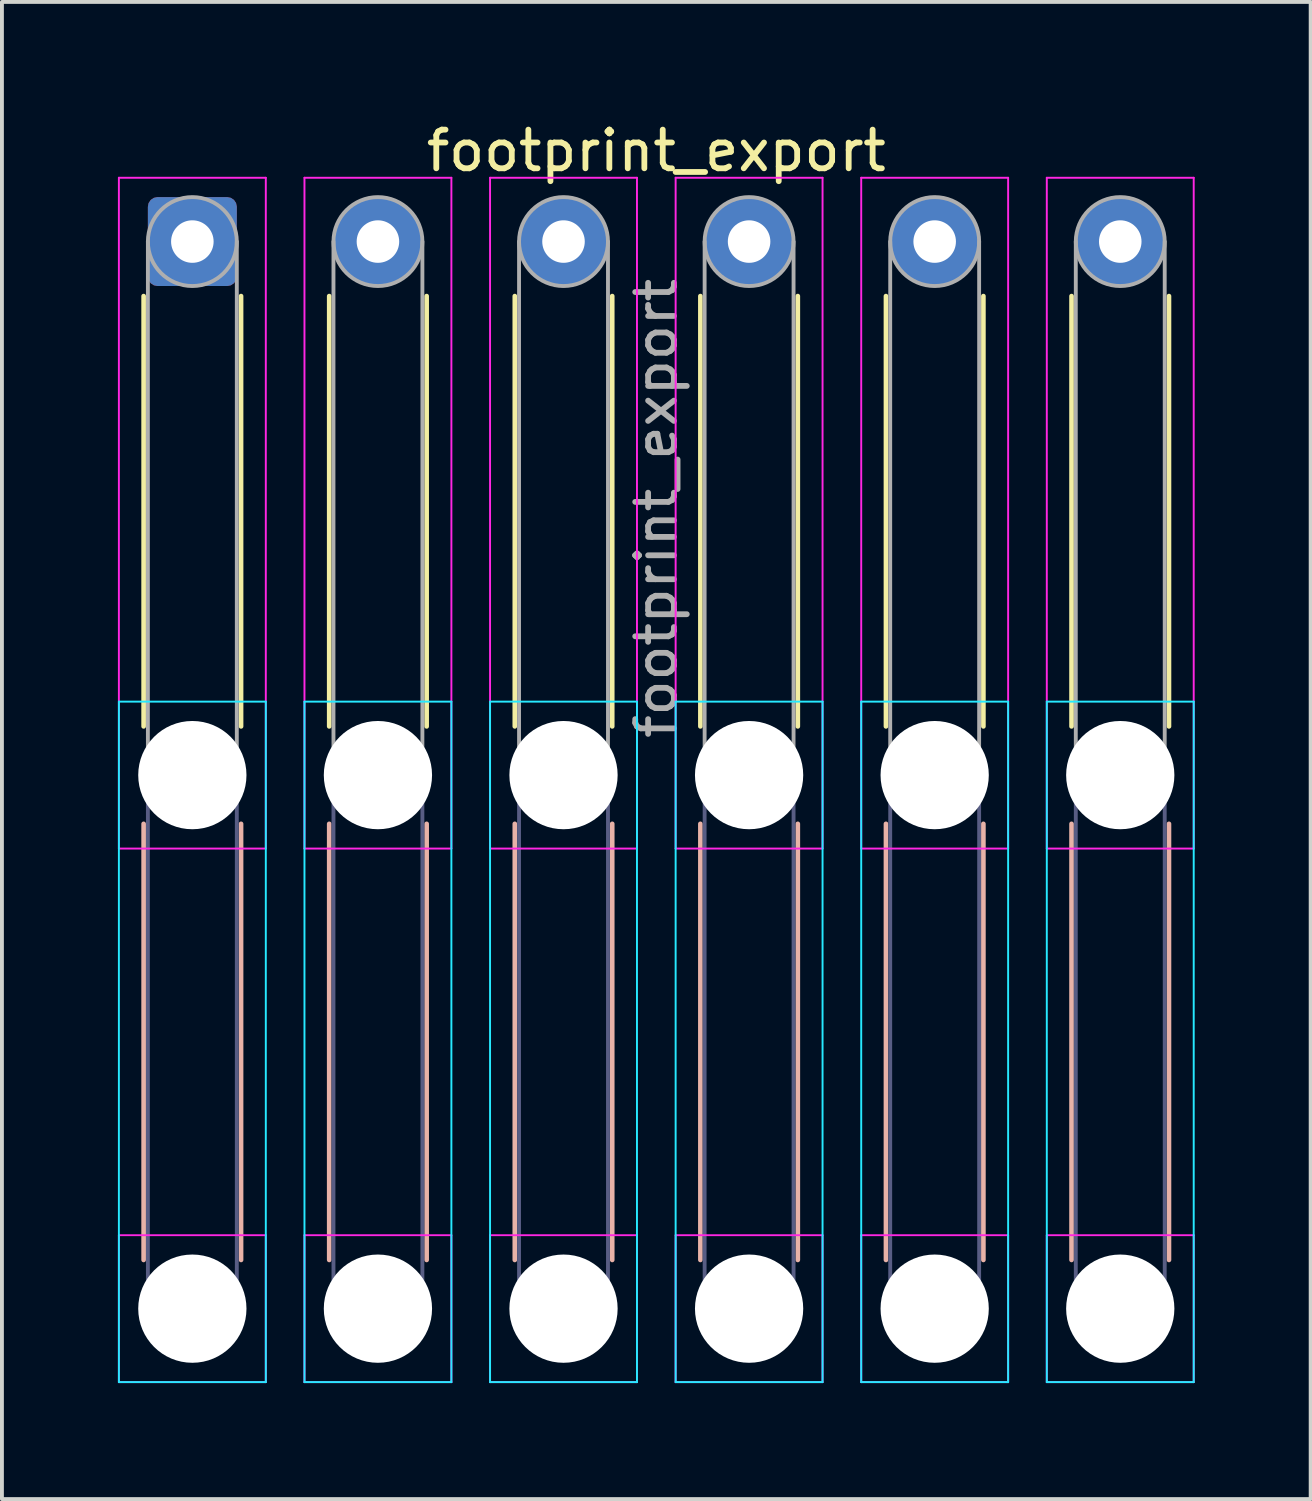
<source format=kicad_pcb>
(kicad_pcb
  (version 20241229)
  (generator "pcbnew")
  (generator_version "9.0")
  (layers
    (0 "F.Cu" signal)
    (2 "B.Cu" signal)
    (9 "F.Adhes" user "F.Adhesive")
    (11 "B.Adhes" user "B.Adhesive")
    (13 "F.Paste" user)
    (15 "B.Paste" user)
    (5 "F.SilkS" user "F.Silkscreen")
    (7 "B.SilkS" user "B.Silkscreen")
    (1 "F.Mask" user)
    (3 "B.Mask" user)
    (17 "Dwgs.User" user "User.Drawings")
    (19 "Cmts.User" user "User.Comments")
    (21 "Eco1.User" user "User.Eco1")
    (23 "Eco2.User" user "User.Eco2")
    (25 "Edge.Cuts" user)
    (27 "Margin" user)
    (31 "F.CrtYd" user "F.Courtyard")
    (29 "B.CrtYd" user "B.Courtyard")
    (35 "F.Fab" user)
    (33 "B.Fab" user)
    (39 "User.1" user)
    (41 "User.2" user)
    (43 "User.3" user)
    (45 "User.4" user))
  (footprint "footprint_export"
    (layer "F.Cu")
    (at 1.925 3.198)
    (property "Reference" "footprint_export" (at 12 -2.35 0) (layer "F.SilkS") (effects (font (size 1 1) (thickness 0.15))))
    (attr exclude_from_pos_files exclude_from_bom)
    (fp_line (start -1.26 1.41) (end -1.26 12.54) (stroke (width 0.12) (type solid)) (layer "F.SilkS"))
    (fp_line (start 1.26 1.41) (end 1.26 12.54) (stroke (width 0.12) (type solid)) (layer "F.SilkS"))
    (fp_line (start 3.54 1.41) (end 3.54 12.54) (stroke (width 0.12) (type solid)) (layer "F.SilkS"))
    (fp_line (start 6.06 1.41) (end 6.06 12.54) (stroke (width 0.12) (type solid)) (layer "F.SilkS"))
    (fp_line (start 8.34 1.41) (end 8.34 12.54) (stroke (width 0.12) (type solid)) (layer "F.SilkS"))
    (fp_line (start 10.86 1.41) (end 10.86 12.54) (stroke (width 0.12) (type solid)) (layer "F.SilkS"))
    (fp_line (start 13.14 1.41) (end 13.14 12.54) (stroke (width 0.12) (type solid)) (layer "F.SilkS"))
    (fp_line (start 15.66 1.41) (end 15.66 12.54) (stroke (width 0.12) (type solid)) (layer "F.SilkS"))
    (fp_line (start 17.94 1.41) (end 17.94 12.54) (stroke (width 0.12) (type solid)) (layer "F.SilkS"))
    (fp_line (start 20.46 1.41) (end 20.46 12.54) (stroke (width 0.12) (type solid)) (layer "F.SilkS"))
    (fp_line (start 22.74 1.41) (end 22.74 12.54) (stroke (width 0.12) (type solid)) (layer "F.SilkS"))
    (fp_line (start 25.26 1.41) (end 25.26 12.54) (stroke (width 0.12) (type solid)) (layer "F.SilkS"))
    (fp_line (start -1.26 15.06) (end -1.26 26.34) (stroke (width 0.12) (type solid)) (layer "B.SilkS"))
    (fp_line (start 1.26 15.06) (end 1.26 26.34) (stroke (width 0.12) (type solid)) (layer "B.SilkS"))
    (fp_line (start 3.54 15.06) (end 3.54 26.34) (stroke (width 0.12) (type solid)) (layer "B.SilkS"))
    (fp_line (start 6.06 15.06) (end 6.06 26.34) (stroke (width 0.12) (type solid)) (layer "B.SilkS"))
    (fp_line (start 8.34 15.06) (end 8.34 26.34) (stroke (width 0.12) (type solid)) (layer "B.SilkS"))
    (fp_line (start 10.86 15.06) (end 10.86 26.34) (stroke (width 0.12) (type solid)) (layer "B.SilkS"))
    (fp_line (start 13.14 15.06) (end 13.14 26.34) (stroke (width 0.12) (type solid)) (layer "B.SilkS"))
    (fp_line (start 15.66 15.06) (end 15.66 26.34) (stroke (width 0.12) (type solid)) (layer "B.SilkS"))
    (fp_line (start 17.94 15.06) (end 17.94 26.34) (stroke (width 0.12) (type solid)) (layer "B.SilkS"))
    (fp_line (start 20.46 15.06) (end 20.46 26.34) (stroke (width 0.12) (type solid)) (layer "B.SilkS"))
    (fp_line (start 22.74 15.06) (end 22.74 26.34) (stroke (width 0.12) (type solid)) (layer "B.SilkS"))
    (fp_line (start 25.26 15.06) (end 25.26 26.34) (stroke (width 0.12) (type solid)) (layer "B.SilkS"))
    (fp_line (start -1.9 11.9) (end -1.9 29.5) (stroke (width 0.05) (type solid)) (layer "B.CrtYd"))
    (fp_line (start -1.9 29.5) (end 1.9 29.5) (stroke (width 0.05) (type solid)) (layer "B.CrtYd"))
    (fp_line (start 1.9 11.9) (end -1.9 11.9) (stroke (width 0.05) (type solid)) (layer "B.CrtYd"))
    (fp_line (start 1.9 29.5) (end 1.9 11.9) (stroke (width 0.05) (type solid)) (layer "B.CrtYd"))
    (fp_line (start 2.9 11.9) (end 2.9 29.5) (stroke (width 0.05) (type solid)) (layer "B.CrtYd"))
    (fp_line (start 2.9 29.5) (end 6.7 29.5) (stroke (width 0.05) (type solid)) (layer "B.CrtYd"))
    (fp_line (start 6.7 11.9) (end 2.9 11.9) (stroke (width 0.05) (type solid)) (layer "B.CrtYd"))
    (fp_line (start 6.7 29.5) (end 6.7 11.9) (stroke (width 0.05) (type solid)) (layer "B.CrtYd"))
    (fp_line (start 7.7 11.9) (end 7.7 29.5) (stroke (width 0.05) (type solid)) (layer "B.CrtYd"))
    (fp_line (start 7.7 29.5) (end 11.5 29.5) (stroke (width 0.05) (type solid)) (layer "B.CrtYd"))
    (fp_line (start 11.5 11.9) (end 7.7 11.9) (stroke (width 0.05) (type solid)) (layer "B.CrtYd"))
    (fp_line (start 11.5 29.5) (end 11.5 11.9) (stroke (width 0.05) (type solid)) (layer "B.CrtYd"))
    (fp_line (start 12.5 11.9) (end 12.5 29.5) (stroke (width 0.05) (type solid)) (layer "B.CrtYd"))
    (fp_line (start 12.5 29.5) (end 16.3 29.5) (stroke (width 0.05) (type solid)) (layer "B.CrtYd"))
    (fp_line (start 16.3 11.9) (end 12.5 11.9) (stroke (width 0.05) (type solid)) (layer "B.CrtYd"))
    (fp_line (start 16.3 29.5) (end 16.3 11.9) (stroke (width 0.05) (type solid)) (layer "B.CrtYd"))
    (fp_line (start 17.3 11.9) (end 17.3 29.5) (stroke (width 0.05) (type solid)) (layer "B.CrtYd"))
    (fp_line (start 17.3 29.5) (end 21.1 29.5) (stroke (width 0.05) (type solid)) (layer "B.CrtYd"))
    (fp_line (start 21.1 11.9) (end 17.3 11.9) (stroke (width 0.05) (type solid)) (layer "B.CrtYd"))
    (fp_line (start 21.1 29.5) (end 21.1 11.9) (stroke (width 0.05) (type solid)) (layer "B.CrtYd"))
    (fp_line (start 22.1 11.9) (end 22.1 29.5) (stroke (width 0.05) (type solid)) (layer "B.CrtYd"))
    (fp_line (start 22.1 29.5) (end 25.9 29.5) (stroke (width 0.05) (type solid)) (layer "B.CrtYd"))
    (fp_line (start 25.9 11.9) (end 22.1 11.9) (stroke (width 0.05) (type solid)) (layer "B.CrtYd"))
    (fp_line (start 25.9 29.5) (end 25.9 11.9) (stroke (width 0.05) (type solid)) (layer "B.CrtYd"))
    (fp_line (start -1.9 -1.65) (end -1.9 15.7) (stroke (width 0.05) (type solid)) (layer "F.CrtYd"))
    (fp_line (start -1.9 15.7) (end 1.9 15.7) (stroke (width 0.05) (type solid)) (layer "F.CrtYd"))
    (fp_line (start -1.9 25.7) (end -1.9 29.5) (stroke (width 0.05) (type solid)) (layer "F.CrtYd"))
    (fp_line (start -1.9 29.5) (end 1.9 29.5) (stroke (width 0.05) (type solid)) (layer "F.CrtYd"))
    (fp_line (start 1.9 -1.65) (end -1.9 -1.65) (stroke (width 0.05) (type solid)) (layer "F.CrtYd"))
    (fp_line (start 1.9 15.7) (end 1.9 -1.65) (stroke (width 0.05) (type solid)) (layer "F.CrtYd"))
    (fp_line (start 1.9 25.7) (end -1.9 25.7) (stroke (width 0.05) (type solid)) (layer "F.CrtYd"))
    (fp_line (start 1.9 29.5) (end 1.9 25.7) (stroke (width 0.05) (type solid)) (layer "F.CrtYd"))
    (fp_line (start 2.9 -1.65) (end 2.9 15.7) (stroke (width 0.05) (type solid)) (layer "F.CrtYd"))
    (fp_line (start 2.9 15.7) (end 6.7 15.7) (stroke (width 0.05) (type solid)) (layer "F.CrtYd"))
    (fp_line (start 2.9 25.7) (end 2.9 29.5) (stroke (width 0.05) (type solid)) (layer "F.CrtYd"))
    (fp_line (start 2.9 29.5) (end 6.7 29.5) (stroke (width 0.05) (type solid)) (layer "F.CrtYd"))
    (fp_line (start 6.7 -1.65) (end 2.9 -1.65) (stroke (width 0.05) (type solid)) (layer "F.CrtYd"))
    (fp_line (start 6.7 15.7) (end 6.7 -1.65) (stroke (width 0.05) (type solid)) (layer "F.CrtYd"))
    (fp_line (start 6.7 25.7) (end 2.9 25.7) (stroke (width 0.05) (type solid)) (layer "F.CrtYd"))
    (fp_line (start 6.7 29.5) (end 6.7 25.7) (stroke (width 0.05) (type solid)) (layer "F.CrtYd"))
    (fp_line (start 7.7 -1.65) (end 7.7 15.7) (stroke (width 0.05) (type solid)) (layer "F.CrtYd"))
    (fp_line (start 7.7 15.7) (end 11.5 15.7) (stroke (width 0.05) (type solid)) (layer "F.CrtYd"))
    (fp_line (start 7.7 25.7) (end 7.7 29.5) (stroke (width 0.05) (type solid)) (layer "F.CrtYd"))
    (fp_line (start 7.7 29.5) (end 11.5 29.5) (stroke (width 0.05) (type solid)) (layer "F.CrtYd"))
    (fp_line (start 11.5 -1.65) (end 7.7 -1.65) (stroke (width 0.05) (type solid)) (layer "F.CrtYd"))
    (fp_line (start 11.5 15.7) (end 11.5 -1.65) (stroke (width 0.05) (type solid)) (layer "F.CrtYd"))
    (fp_line (start 11.5 25.7) (end 7.7 25.7) (stroke (width 0.05) (type solid)) (layer "F.CrtYd"))
    (fp_line (start 11.5 29.5) (end 11.5 25.7) (stroke (width 0.05) (type solid)) (layer "F.CrtYd"))
    (fp_line (start 12.5 -1.65) (end 12.5 15.7) (stroke (width 0.05) (type solid)) (layer "F.CrtYd"))
    (fp_line (start 12.5 15.7) (end 16.3 15.7) (stroke (width 0.05) (type solid)) (layer "F.CrtYd"))
    (fp_line (start 12.5 25.7) (end 12.5 29.5) (stroke (width 0.05) (type solid)) (layer "F.CrtYd"))
    (fp_line (start 12.5 29.5) (end 16.3 29.5) (stroke (width 0.05) (type solid)) (layer "F.CrtYd"))
    (fp_line (start 16.3 -1.65) (end 12.5 -1.65) (stroke (width 0.05) (type solid)) (layer "F.CrtYd"))
    (fp_line (start 16.3 15.7) (end 16.3 -1.65) (stroke (width 0.05) (type solid)) (layer "F.CrtYd"))
    (fp_line (start 16.3 25.7) (end 12.5 25.7) (stroke (width 0.05) (type solid)) (layer "F.CrtYd"))
    (fp_line (start 16.3 29.5) (end 16.3 25.7) (stroke (width 0.05) (type solid)) (layer "F.CrtYd"))
    (fp_line (start 17.3 -1.65) (end 17.3 15.7) (stroke (width 0.05) (type solid)) (layer "F.CrtYd"))
    (fp_line (start 17.3 15.7) (end 21.1 15.7) (stroke (width 0.05) (type solid)) (layer "F.CrtYd"))
    (fp_line (start 17.3 25.7) (end 17.3 29.5) (stroke (width 0.05) (type solid)) (layer "F.CrtYd"))
    (fp_line (start 17.3 29.5) (end 21.1 29.5) (stroke (width 0.05) (type solid)) (layer "F.CrtYd"))
    (fp_line (start 21.1 -1.65) (end 17.3 -1.65) (stroke (width 0.05) (type solid)) (layer "F.CrtYd"))
    (fp_line (start 21.1 15.7) (end 21.1 -1.65) (stroke (width 0.05) (type solid)) (layer "F.CrtYd"))
    (fp_line (start 21.1 25.7) (end 17.3 25.7) (stroke (width 0.05) (type solid)) (layer "F.CrtYd"))
    (fp_line (start 21.1 29.5) (end 21.1 25.7) (stroke (width 0.05) (type solid)) (layer "F.CrtYd"))
    (fp_line (start 22.1 -1.65) (end 22.1 15.7) (stroke (width 0.05) (type solid)) (layer "F.CrtYd"))
    (fp_line (start 22.1 15.7) (end 25.9 15.7) (stroke (width 0.05) (type solid)) (layer "F.CrtYd"))
    (fp_line (start 22.1 25.7) (end 22.1 29.5) (stroke (width 0.05) (type solid)) (layer "F.CrtYd"))
    (fp_line (start 22.1 29.5) (end 25.9 29.5) (stroke (width 0.05) (type solid)) (layer "F.CrtYd"))
    (fp_line (start 25.9 -1.65) (end 22.1 -1.65) (stroke (width 0.05) (type solid)) (layer "F.CrtYd"))
    (fp_line (start 25.9 15.7) (end 25.9 -1.65) (stroke (width 0.05) (type solid)) (layer "F.CrtYd"))
    (fp_line (start 25.9 25.7) (end 22.1 25.7) (stroke (width 0.05) (type solid)) (layer "F.CrtYd"))
    (fp_line (start 25.9 29.5) (end 25.9 25.7) (stroke (width 0.05) (type solid)) (layer "F.CrtYd"))
    (fp_line (start -1.15 13.8) (end -1.15 27.6) (stroke (width 0.1) (type solid)) (layer "B.Fab"))
    (fp_line (start 1.15 13.8) (end 1.15 27.6) (stroke (width 0.1) (type solid)) (layer "B.Fab"))
    (fp_line (start 3.65 13.8) (end 3.65 27.6) (stroke (width 0.1) (type solid)) (layer "B.Fab"))
    (fp_line (start 5.95 13.8) (end 5.95 27.6) (stroke (width 0.1) (type solid)) (layer "B.Fab"))
    (fp_line (start 8.45 13.8) (end 8.45 27.6) (stroke (width 0.1) (type solid)) (layer "B.Fab"))
    (fp_line (start 10.75 13.8) (end 10.75 27.6) (stroke (width 0.1) (type solid)) (layer "B.Fab"))
    (fp_line (start 13.25 13.8) (end 13.25 27.6) (stroke (width 0.1) (type solid)) (layer "B.Fab"))
    (fp_line (start 15.55 13.8) (end 15.55 27.6) (stroke (width 0.1) (type solid)) (layer "B.Fab"))
    (fp_line (start 18.05 13.8) (end 18.05 27.6) (stroke (width 0.1) (type solid)) (layer "B.Fab"))
    (fp_line (start 20.35 13.8) (end 20.35 27.6) (stroke (width 0.1) (type solid)) (layer "B.Fab"))
    (fp_line (start 22.85 13.8) (end 22.85 27.6) (stroke (width 0.1) (type solid)) (layer "B.Fab"))
    (fp_line (start 25.15 13.8) (end 25.15 27.6) (stroke (width 0.1) (type solid)) (layer "B.Fab"))
    (fp_circle (center 0 13.8) (end 1.15 13.8) (stroke (width 0.1) (type solid)) (fill no) (layer "B.Fab"))
    (fp_circle (center 0 27.6) (end 1.15 27.6) (stroke (width 0.1) (type solid)) (fill no) (layer "B.Fab"))
    (fp_circle (center 4.8 13.8) (end 5.95 13.8) (stroke (width 0.1) (type solid)) (fill no) (layer "B.Fab"))
    (fp_circle (center 4.8 27.6) (end 5.95 27.6) (stroke (width 0.1) (type solid)) (fill no) (layer "B.Fab"))
    (fp_circle (center 9.6 13.8) (end 10.75 13.8) (stroke (width 0.1) (type solid)) (fill no) (layer "B.Fab"))
    (fp_circle (center 9.6 27.6) (end 10.75 27.6) (stroke (width 0.1) (type solid)) (fill no) (layer "B.Fab"))
    (fp_circle (center 14.4 13.8) (end 15.55 13.8) (stroke (width 0.1) (type solid)) (fill no) (layer "B.Fab"))
    (fp_circle (center 14.4 27.6) (end 15.55 27.6) (stroke (width 0.1) (type solid)) (fill no) (layer "B.Fab"))
    (fp_circle (center 19.2 13.8) (end 20.35 13.8) (stroke (width 0.1) (type solid)) (fill no) (layer "B.Fab"))
    (fp_circle (center 19.2 27.6) (end 20.35 27.6) (stroke (width 0.1) (type solid)) (fill no) (layer "B.Fab"))
    (fp_circle (center 24 13.8) (end 25.15 13.8) (stroke (width 0.1) (type solid)) (fill no) (layer "B.Fab"))
    (fp_circle (center 24 27.6) (end 25.15 27.6) (stroke (width 0.1) (type solid)) (fill no) (layer "B.Fab"))
    (fp_line (start -1.15 0) (end -1.15 13.8) (stroke (width 0.1) (type solid)) (layer "F.Fab"))
    (fp_line (start 1.15 0) (end 1.15 13.8) (stroke (width 0.1) (type solid)) (layer "F.Fab"))
    (fp_line (start 3.65 0) (end 3.65 13.8) (stroke (width 0.1) (type solid)) (layer "F.Fab"))
    (fp_line (start 5.95 0) (end 5.95 13.8) (stroke (width 0.1) (type solid)) (layer "F.Fab"))
    (fp_line (start 8.45 0) (end 8.45 13.8) (stroke (width 0.1) (type solid)) (layer "F.Fab"))
    (fp_line (start 10.75 0) (end 10.75 13.8) (stroke (width 0.1) (type solid)) (layer "F.Fab"))
    (fp_line (start 13.25 0) (end 13.25 13.8) (stroke (width 0.1) (type solid)) (layer "F.Fab"))
    (fp_line (start 15.55 0) (end 15.55 13.8) (stroke (width 0.1) (type solid)) (layer "F.Fab"))
    (fp_line (start 18.05 0) (end 18.05 13.8) (stroke (width 0.1) (type solid)) (layer "F.Fab"))
    (fp_line (start 20.35 0) (end 20.35 13.8) (stroke (width 0.1) (type solid)) (layer "F.Fab"))
    (fp_line (start 22.85 0) (end 22.85 13.8) (stroke (width 0.1) (type solid)) (layer "F.Fab"))
    (fp_line (start 25.15 0) (end 25.15 13.8) (stroke (width 0.1) (type solid)) (layer "F.Fab"))
    (fp_circle (center 0 0) (end 1.15 0) (stroke (width 0.1) (type solid)) (fill no) (layer "F.Fab"))
    (fp_circle (center 0 13.8) (end 1.15 13.8) (stroke (width 0.1) (type solid)) (fill no) (layer "F.Fab"))
    (fp_circle (center 0 27.6) (end 1.15 27.6) (stroke (width 0.1) (type solid)) (fill no) (layer "F.Fab"))
    (fp_circle (center 4.8 0) (end 5.95 0) (stroke (width 0.1) (type solid)) (fill no) (layer "F.Fab"))
    (fp_circle (center 4.8 13.8) (end 5.95 13.8) (stroke (width 0.1) (type solid)) (fill no) (layer "F.Fab"))
    (fp_circle (center 4.8 27.6) (end 5.95 27.6) (stroke (width 0.1) (type solid)) (fill no) (layer "F.Fab"))
    (fp_circle (center 9.6 0) (end 10.75 0) (stroke (width 0.1) (type solid)) (fill no) (layer "F.Fab"))
    (fp_circle (center 9.6 13.8) (end 10.75 13.8) (stroke (width 0.1) (type solid)) (fill no) (layer "F.Fab"))
    (fp_circle (center 9.6 27.6) (end 10.75 27.6) (stroke (width 0.1) (type solid)) (fill no) (layer "F.Fab"))
    (fp_circle (center 14.4 0) (end 15.55 0) (stroke (width 0.1) (type solid)) (fill no) (layer "F.Fab"))
    (fp_circle (center 14.4 13.8) (end 15.55 13.8) (stroke (width 0.1) (type solid)) (fill no) (layer "F.Fab"))
    (fp_circle (center 14.4 27.6) (end 15.55 27.6) (stroke (width 0.1) (type solid)) (fill no) (layer "F.Fab"))
    (fp_circle (center 19.2 0) (end 20.35 0) (stroke (width 0.1) (type solid)) (fill no) (layer "F.Fab"))
    (fp_circle (center 19.2 13.8) (end 20.35 13.8) (stroke (width 0.1) (type solid)) (fill no) (layer "F.Fab"))
    (fp_circle (center 19.2 27.6) (end 20.35 27.6) (stroke (width 0.1) (type solid)) (fill no) (layer "F.Fab"))
    (fp_circle (center 24 0) (end 25.15 0) (stroke (width 0.1) (type solid)) (fill no) (layer "F.Fab"))
    (fp_circle (center 24 13.8) (end 25.15 13.8) (stroke (width 0.1) (type solid)) (fill no) (layer "F.Fab"))
    (fp_circle (center 24 27.6) (end 25.15 27.6) (stroke (width 0.1) (type solid)) (fill no) (layer "F.Fab"))
    (fp_text user "${REFERENCE}" (at 12 6.9 90) (layer "F.Fab") (effects (font (size 1 1) (thickness 0.15))))
    (pad "" np_thru_hole circle (at 0 13.8) (size 2.8 2.8) (drill 2.8) (layers "*.Cu" "*.Mask"))
    (pad "" np_thru_hole circle (at 0 27.6) (size 2.8 2.8) (drill 2.8) (layers "*.Cu" "*.Mask"))
    (pad "" np_thru_hole circle (at 4.8 13.8) (size 2.8 2.8) (drill 2.8) (layers "*.Cu" "*.Mask"))
    (pad "" np_thru_hole circle (at 4.8 27.6) (size 2.8 2.8) (drill 2.8) (layers "*.Cu" "*.Mask"))
    (pad "" np_thru_hole circle (at 9.6 13.8) (size 2.8 2.8) (drill 2.8) (layers "*.Cu" "*.Mask"))
    (pad "" np_thru_hole circle (at 9.6 27.6) (size 2.8 2.8) (drill 2.8) (layers "*.Cu" "*.Mask"))
    (pad "" np_thru_hole circle (at 14.4 13.8) (size 2.8 2.8) (drill 2.8) (layers "*.Cu" "*.Mask"))
    (pad "" np_thru_hole circle (at 14.4 27.6) (size 2.8 2.8) (drill 2.8) (layers "*.Cu" "*.Mask"))
    (pad "" np_thru_hole circle (at 19.2 13.8) (size 2.8 2.8) (drill 2.8) (layers "*.Cu" "*.Mask"))
    (pad "" np_thru_hole circle (at 19.2 27.6) (size 2.8 2.8) (drill 2.8) (layers "*.Cu" "*.Mask"))
    (pad "" np_thru_hole circle (at 24 13.8) (size 2.8 2.8) (drill 2.8) (layers "*.Cu" "*.Mask"))
    (pad "" np_thru_hole circle (at 24 27.6) (size 2.8 2.8) (drill 2.8) (layers "*.Cu" "*.Mask"))
    (pad "1" thru_hole roundrect (at 0 0) (size 2.3 2.3) (drill 1.1) (layers "*.Cu" "*.Mask") (roundrect_rratio 0.109))
    (pad "2" thru_hole circle (at 4.8 0) (size 2.3 2.3) (drill 1.1) (layers "*.Cu" "*.Mask"))
    (pad "3" thru_hole circle (at 9.6 0) (size 2.3 2.3) (drill 1.1) (layers "*.Cu" "*.Mask"))
    (pad "4" thru_hole circle (at 14.4 0) (size 2.3 2.3) (drill 1.1) (layers "*.Cu" "*.Mask"))
    (pad "5" thru_hole circle (at 19.2 0) (size 2.3 2.3) (drill 1.1) (layers "*.Cu" "*.Mask"))
    (pad "6" thru_hole circle (at 24 0) (size 2.3 2.3) (drill 1.1) (layers "*.Cu" "*.Mask")))
  (gr_rect
    (start -3 -3)
    (end 30.85 35.723)
    (stroke (width 0.1) (type default))
    (fill no)
    (layer "Edge.Cuts")))
</source>
